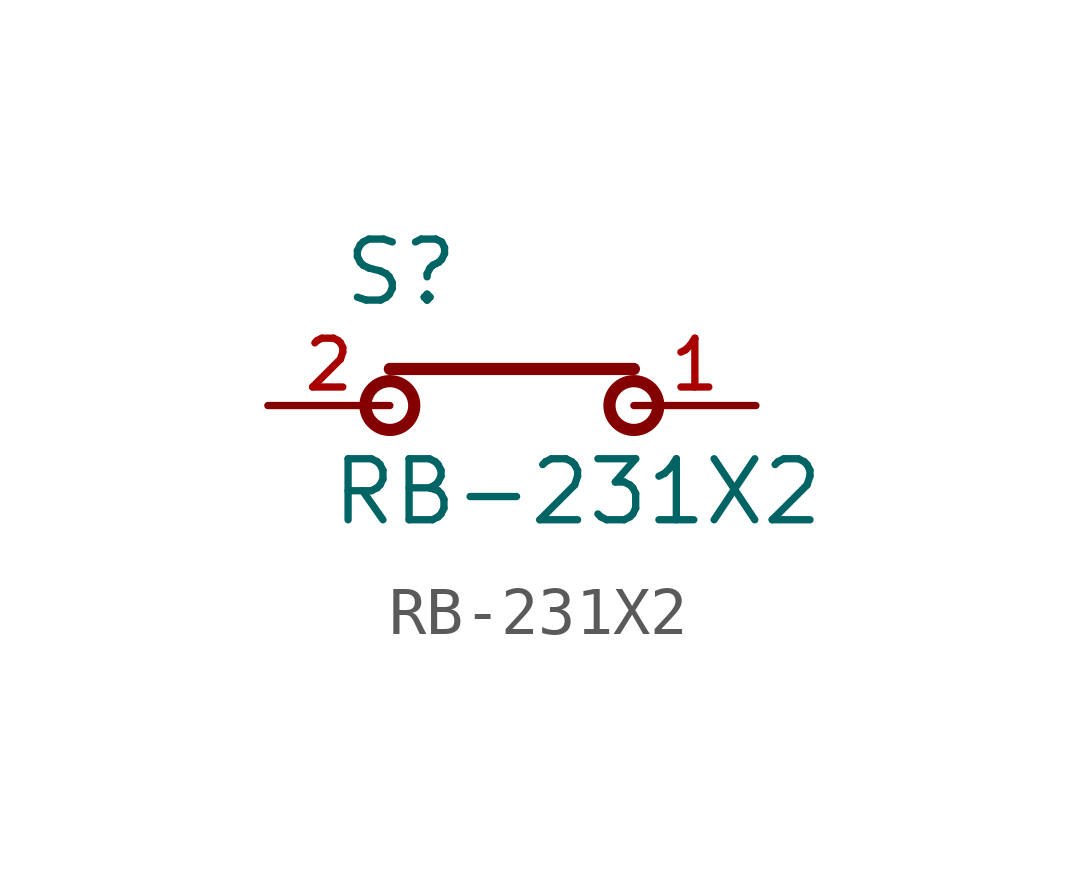
<source format=kicad_sym>
(kicad_symbol_lib
  (version 20211014)
  (generator kicad_symbol_editor)
  (symbol "RB-231X2"
    (pin_names
      (offset 1.016))
    (property "Reference" "S"
      (at -3.558 2.033 0)
      (effects (font (size 1.27 1.27)) (justify bottom left)))
    (property "Value" "RB-231X2"
      (at -3.812 -2.541 0)
      (effects (font (size 1.27 1.27)) (justify bottom left)))
    (symbol "RB-231X2_0_0"
      (circle (center 2.54 0.0) (radius 0.508) (stroke (width 0.254)) (fill (type none)))
      (circle (center -2.54 0.0) (radius 0.508) (stroke (width 0.254)) (fill (type none)))
      (polyline (pts (xy -2.54 0.762) (xy 2.54 0.762)) (stroke (width 0.254)))
      (pin passive line (at -5.08 0.0 0) (length 2.54) (name "~" (effects (font (size 1.016 1.016)))) (number "2" (effects (font (size 1.016 1.016)))))
      (pin passive line (at 5.08 0.0 180.0) (length 2.54) (name "~" (effects (font (size 1.016 1.016)))) (number "1" (effects (font (size 1.016 1.016))))))))
</source>
